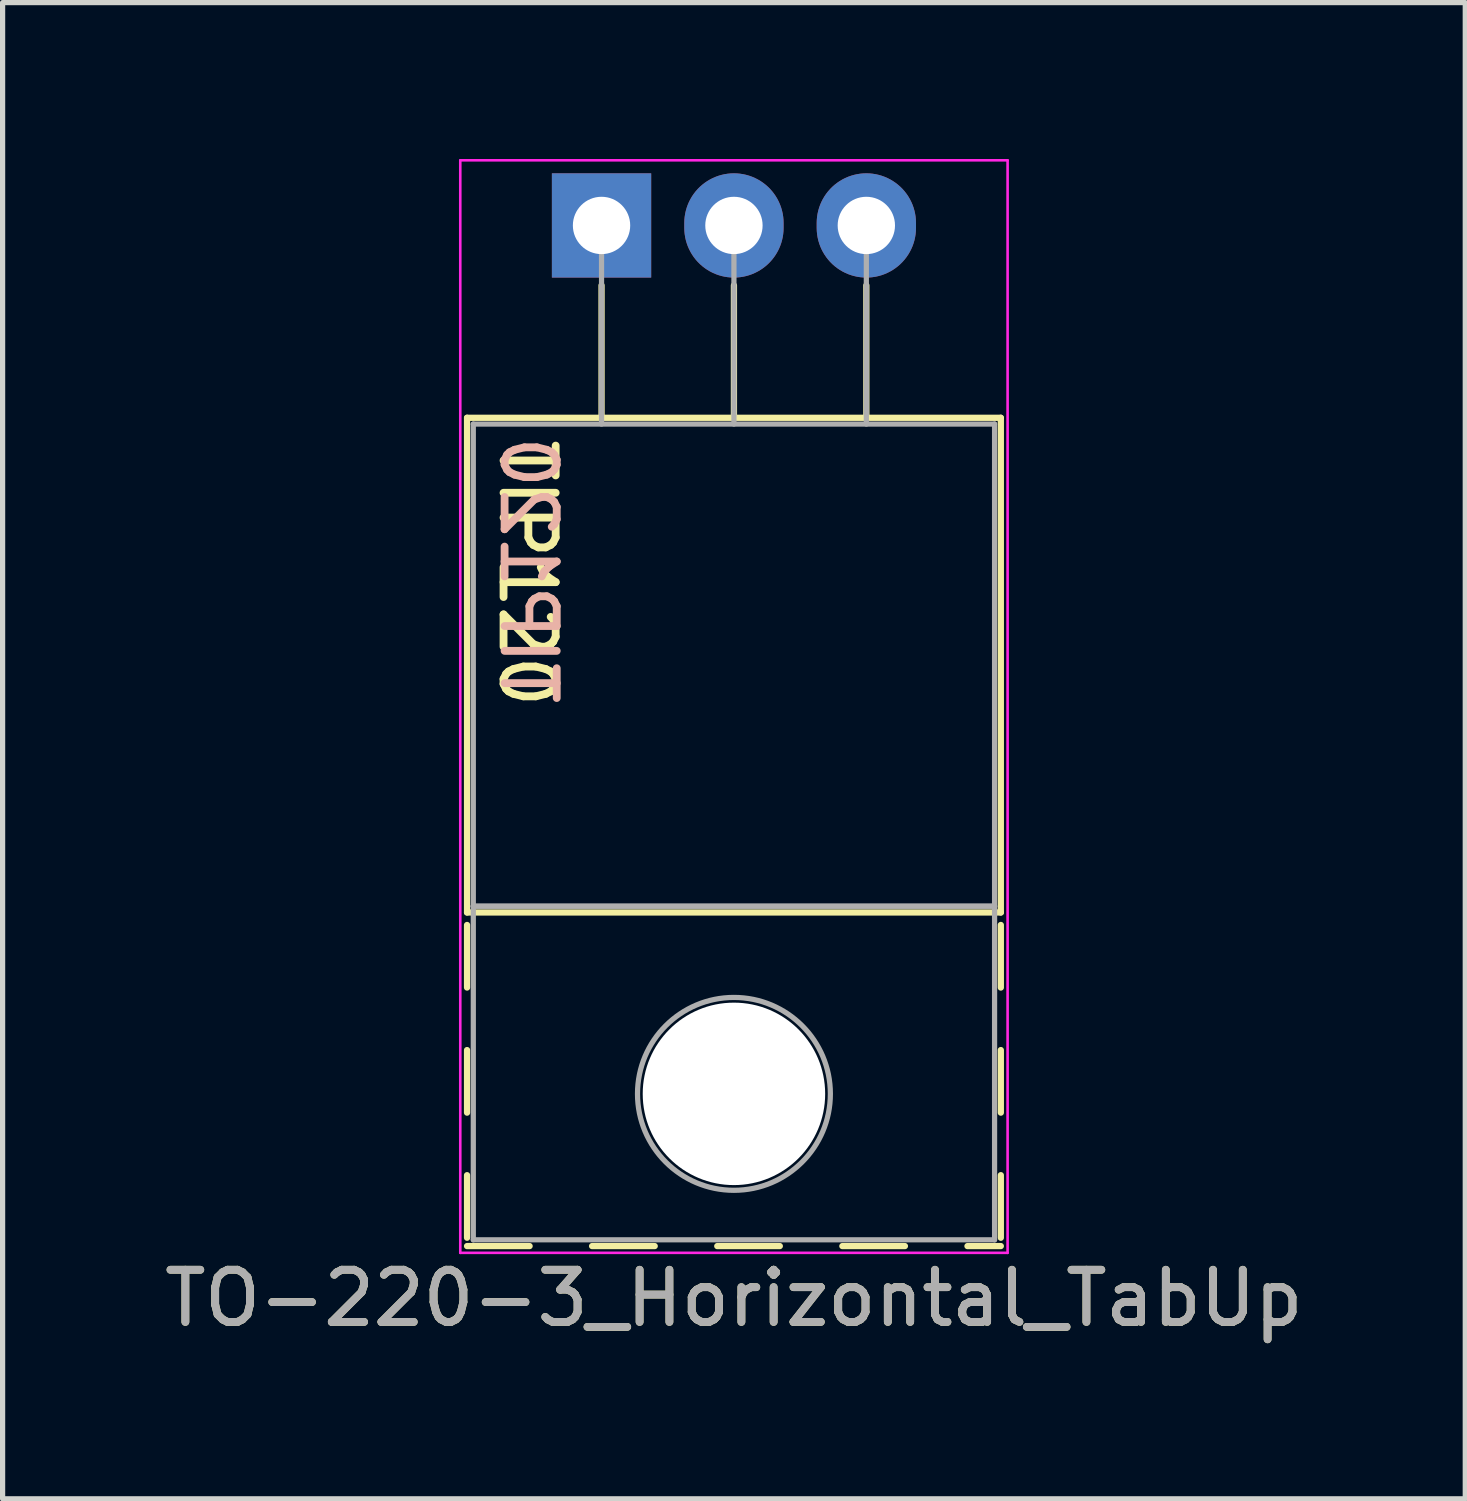
<source format=kicad_pcb>
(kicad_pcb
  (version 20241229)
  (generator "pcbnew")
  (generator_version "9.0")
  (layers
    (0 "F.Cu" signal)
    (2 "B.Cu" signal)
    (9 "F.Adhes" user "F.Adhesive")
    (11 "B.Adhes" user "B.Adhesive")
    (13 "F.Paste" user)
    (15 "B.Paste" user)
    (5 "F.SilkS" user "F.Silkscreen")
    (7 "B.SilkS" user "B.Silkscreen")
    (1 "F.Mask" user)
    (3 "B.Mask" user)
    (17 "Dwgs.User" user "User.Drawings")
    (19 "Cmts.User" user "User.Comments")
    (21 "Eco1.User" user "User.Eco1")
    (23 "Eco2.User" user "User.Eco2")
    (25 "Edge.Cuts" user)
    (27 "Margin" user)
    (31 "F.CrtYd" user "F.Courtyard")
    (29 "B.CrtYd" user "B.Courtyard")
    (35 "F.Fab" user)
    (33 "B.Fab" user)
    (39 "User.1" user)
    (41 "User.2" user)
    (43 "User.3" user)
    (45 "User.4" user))
  (footprint "TO-220-3_Horizontal_TabUp"
    (layer "F.Cu")
    (at 8.49 1.275)
    (property "Reference" "TO-220-3_Horizontal_TabUp" (at 2.54 20.58 0) (layer "F.SilkS") (effects (font (size 1 1) (thickness 0.15))))
    (attr through_hole)
    (fp_line (start -2.58 3.69) (end -2.58 13.18) (stroke (width 0.12) (type solid)) (layer "F.SilkS"))
    (fp_line (start -2.58 3.69) (end 7.66 3.69) (stroke (width 0.12) (type solid)) (layer "F.SilkS"))
    (fp_line (start -2.58 13.18) (end 7.66 13.18) (stroke (width 0.12) (type solid)) (layer "F.SilkS"))
    (fp_line (start -2.58 13.42) (end -2.58 14.62) (stroke (width 0.12) (type solid)) (layer "F.SilkS"))
    (fp_line (start -2.58 15.82) (end -2.58 17.02) (stroke (width 0.12) (type solid)) (layer "F.SilkS"))
    (fp_line (start -2.58 18.22) (end -2.58 19.42) (stroke (width 0.12) (type solid)) (layer "F.SilkS"))
    (fp_line (start -2.58 19.58) (end -1.38 19.58) (stroke (width 0.12) (type solid)) (layer "F.SilkS"))
    (fp_line (start -0.181 19.58) (end 1.02 19.58) (stroke (width 0.12) (type solid)) (layer "F.SilkS"))
    (fp_line (start 0 1.15) (end 0 3.69) (stroke (width 0.12) (type solid)) (layer "F.SilkS"))
    (fp_line (start 2.22 19.58) (end 3.42 19.58) (stroke (width 0.12) (type solid)) (layer "F.SilkS"))
    (fp_line (start 2.54 1.15) (end 2.54 3.69) (stroke (width 0.12) (type solid)) (layer "F.SilkS"))
    (fp_line (start 4.62 19.58) (end 5.82 19.58) (stroke (width 0.12) (type solid)) (layer "F.SilkS"))
    (fp_line (start 5.08 1.15) (end 5.08 3.69) (stroke (width 0.12) (type solid)) (layer "F.SilkS"))
    (fp_line (start 7.02 19.58) (end 7.66 19.58) (stroke (width 0.12) (type solid)) (layer "F.SilkS"))
    (fp_line (start 7.66 3.69) (end 7.66 13.18) (stroke (width 0.12) (type solid)) (layer "F.SilkS"))
    (fp_line (start 7.66 13.42) (end 7.66 14.62) (stroke (width 0.12) (type solid)) (layer "F.SilkS"))
    (fp_line (start 7.66 15.82) (end 7.66 17.02) (stroke (width 0.12) (type solid)) (layer "F.SilkS"))
    (fp_line (start 7.66 18.22) (end 7.66 19.42) (stroke (width 0.12) (type solid)) (layer "F.SilkS"))
    (fp_line (start -2.71 -1.25) (end -2.71 19.71) (stroke (width 0.05) (type solid)) (layer "F.CrtYd"))
    (fp_line (start -2.71 19.71) (end 7.79 19.71) (stroke (width 0.05) (type solid)) (layer "F.CrtYd"))
    (fp_line (start 7.79 -1.25) (end -2.71 -1.25) (stroke (width 0.05) (type solid)) (layer "F.CrtYd"))
    (fp_line (start 7.79 19.71) (end 7.79 -1.25) (stroke (width 0.05) (type solid)) (layer "F.CrtYd"))
    (fp_line (start -2.46 3.81) (end -2.46 13.06) (stroke (width 0.1) (type solid)) (layer "F.Fab"))
    (fp_line (start -2.46 13.06) (end -2.46 19.46) (stroke (width 0.1) (type solid)) (layer "F.Fab"))
    (fp_line (start -2.46 13.06) (end 7.54 13.06) (stroke (width 0.1) (type solid)) (layer "F.Fab"))
    (fp_line (start -2.46 19.46) (end 7.54 19.46) (stroke (width 0.1) (type solid)) (layer "F.Fab"))
    (fp_line (start 0 3.81) (end 0 0) (stroke (width 0.1) (type solid)) (layer "F.Fab"))
    (fp_line (start 2.54 3.81) (end 2.54 0) (stroke (width 0.1) (type solid)) (layer "F.Fab"))
    (fp_line (start 5.08 3.81) (end 5.08 0) (stroke (width 0.1) (type solid)) (layer "F.Fab"))
    (fp_line (start 7.54 3.81) (end -2.46 3.81) (stroke (width 0.1) (type solid)) (layer "F.Fab"))
    (fp_line (start 7.54 13.06) (end -2.46 13.06) (stroke (width 0.1) (type solid)) (layer "F.Fab"))
    (fp_line (start 7.54 13.06) (end 7.54 3.81) (stroke (width 0.1) (type solid)) (layer "F.Fab"))
    (fp_line (start 7.54 19.46) (end 7.54 13.06) (stroke (width 0.1) (type solid)) (layer "F.Fab"))
    (fp_circle (center 2.54 16.66) (end 4.39 16.66) (stroke (width 0.1) (type solid)) (fill no) (layer "F.Fab"))
    (fp_text user "TIP120" (at -2.01 4.03 270) (unlocked yes) (layer "F.SilkS") (effects (font (size 1 1) (thickness 0.15)) (justify left bottom)))
    (fp_text user "TIP120" (at -1.99 9.26 270) (unlocked yes) (layer "B.SilkS") (effects (font (size 1 1) (thickness 0.15)) (justify left bottom mirror)))
    (fp_text user "${REFERENCE}" (at 2.54 20.58 0) (layer "F.Fab") (effects (font (size 1 1) (thickness 0.15))))
    (pad "" np_thru_hole oval (at 2.54 16.66) (size 3.5 3.5) (drill 3.5) (layers "*.Cu" "*.Mask"))
    (pad "1" thru_hole rect (at 0 0) (size 1.905 2) (drill 1.1) (layers "*.Cu" "*.Mask"))
    (pad "2" thru_hole oval (at 2.54 0) (size 1.905 2) (drill 1.1) (layers "*.Cu" "*.Mask"))
    (pad "3" thru_hole oval (at 5.08 0) (size 1.905 2) (drill 1.1) (layers "*.Cu" "*.Mask")))
  (gr_rect
    (start -3 -3)
    (end 25.06 25.703)
    (stroke (width 0.1) (type default))
    (fill no)
    (layer "Edge.Cuts")))
</source>
